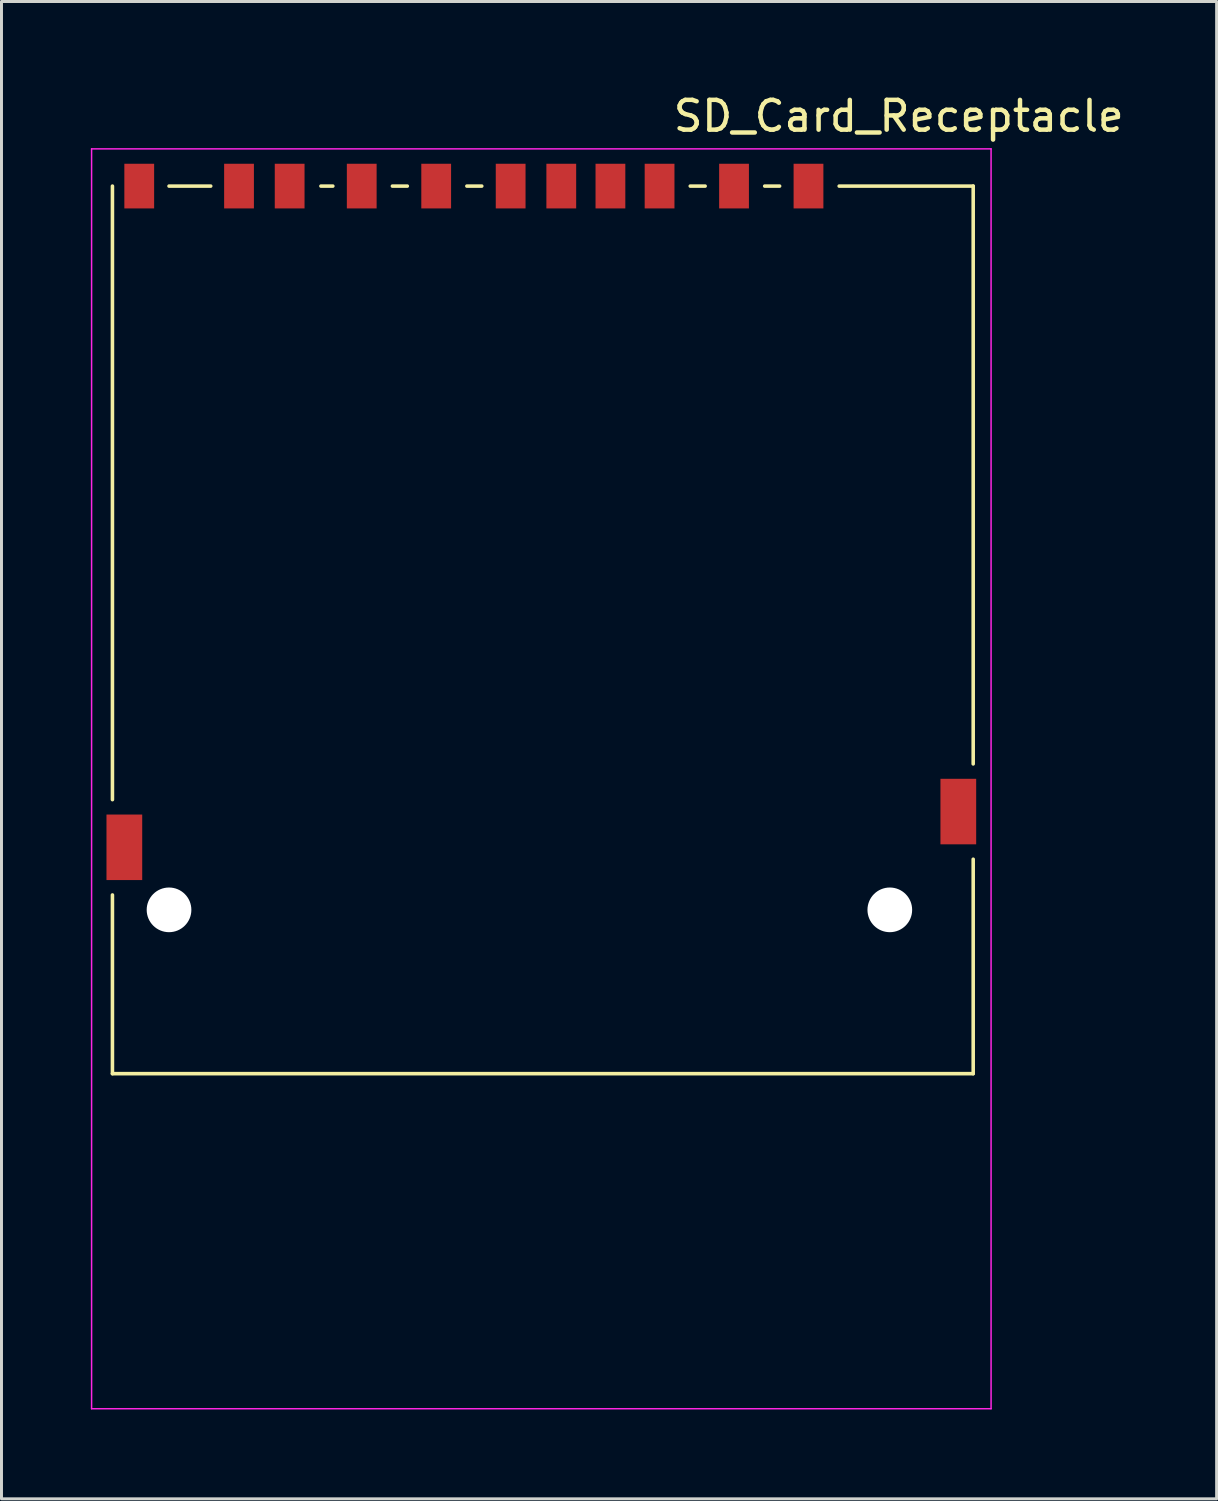
<source format=kicad_pcb>
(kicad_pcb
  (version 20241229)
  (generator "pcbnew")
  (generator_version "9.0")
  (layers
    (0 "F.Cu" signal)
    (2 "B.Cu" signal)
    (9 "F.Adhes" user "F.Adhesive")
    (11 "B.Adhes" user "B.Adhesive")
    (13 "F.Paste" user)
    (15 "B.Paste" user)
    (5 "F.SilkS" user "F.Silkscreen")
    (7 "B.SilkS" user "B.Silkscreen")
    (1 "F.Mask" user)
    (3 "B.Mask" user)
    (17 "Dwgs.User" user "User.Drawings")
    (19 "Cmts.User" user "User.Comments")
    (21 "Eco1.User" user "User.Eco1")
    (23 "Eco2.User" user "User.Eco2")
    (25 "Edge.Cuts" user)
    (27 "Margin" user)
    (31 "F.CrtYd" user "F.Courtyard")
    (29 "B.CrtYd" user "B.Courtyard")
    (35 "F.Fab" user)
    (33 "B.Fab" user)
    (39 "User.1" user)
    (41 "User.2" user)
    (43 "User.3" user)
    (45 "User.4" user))
  (footprint "SD_Card_Receptacle"
    (layer "F.Cu")
    (at 15.125 15.348)
    (property "Reference" "SD_Card_Receptacle" (at 12 -14.5 180) (layer "F.SilkS") (effects (font (size 1 1) (thickness 0.15))))
    (attr smd)
    (fp_line (start -14.4 8.45) (end -14.4 -12.15) (stroke (width 0.12) (type solid)) (layer "F.SilkS"))
    (fp_line (start -14.4 17.65) (end -14.4 11.65) (stroke (width 0.12) (type solid)) (layer "F.SilkS"))
    (fp_line (start -12.5 -12.15) (end -11.1 -12.15) (stroke (width 0.12) (type solid)) (layer "F.SilkS"))
    (fp_line (start -7.4 -12.15) (end -7 -12.15) (stroke (width 0.12) (type solid)) (layer "F.SilkS"))
    (fp_line (start -5 -12.15) (end -4.5 -12.15) (stroke (width 0.12) (type solid)) (layer "F.SilkS"))
    (fp_line (start -2.5 -12.15) (end -2 -12.15) (stroke (width 0.12) (type solid)) (layer "F.SilkS"))
    (fp_line (start 5 -12.15) (end 5.5 -12.15) (stroke (width 0.12) (type solid)) (layer "F.SilkS"))
    (fp_line (start 7.5 -12.15) (end 8 -12.15) (stroke (width 0.12) (type solid)) (layer "F.SilkS"))
    (fp_line (start 14.5 -12.15) (end 10 -12.15) (stroke (width 0.12) (type solid)) (layer "F.SilkS"))
    (fp_line (start 14.5 7.25) (end 14.5 -12.15) (stroke (width 0.12) (type solid)) (layer "F.SilkS"))
    (fp_line (start 14.5 17.65) (end -14.4 17.65) (stroke (width 0.12) (type solid)) (layer "F.SilkS"))
    (fp_line (start 14.5 17.65) (end 14.5 10.45) (stroke (width 0.12) (type solid)) (layer "F.SilkS"))
    (fp_line (start -15.1 -13.4) (end -15.1 28.9) (stroke (width 0.05) (type solid)) (layer "F.CrtYd"))
    (fp_line (start -15.1 28.9) (end 15.1 28.9) (stroke (width 0.05) (type solid)) (layer "F.CrtYd"))
    (fp_line (start 15.1 -13.4) (end -15.1 -13.4) (stroke (width 0.05) (type solid)) (layer "F.CrtYd"))
    (fp_line (start 15.1 28.9) (end 15.1 -13.4) (stroke (width 0.05) (type solid)) (layer "F.CrtYd"))
    (pad "" np_thru_hole circle (at -12.5 12.15) (size 1.5 1.5) (drill 1.5) (layers "*.Cu" "*.Mask"))
    (pad "" np_thru_hole circle (at 11.7 12.15) (size 1.5 1.5) (drill 1.5) (layers "*.Cu" "*.Mask"))
    (pad "1" smd rect (at 6.47 -12.15) (size 1 1.5) (layers "F.Cu" "F.Mask" "F.Paste"))
    (pad "2" smd rect (at 3.97 -12.15) (size 1 1.5) (layers "F.Cu" "F.Mask" "F.Paste"))
    (pad "3" smd rect (at 0.67 -12.15) (size 1 1.5) (layers "F.Cu" "F.Mask" "F.Paste"))
    (pad "4" smd rect (at -1.03 -12.15) (size 1 1.5) (layers "F.Cu" "F.Mask" "F.Paste"))
    (pad "5" smd rect (at -3.53 -12.15) (size 1 1.5) (layers "F.Cu" "F.Mask" "F.Paste"))
    (pad "6" smd rect (at -6.03 -12.15) (size 1 1.5) (layers "F.Cu" "F.Mask" "F.Paste"))
    (pad "7" smd rect (at -8.45 -12.15) (size 1 1.5) (layers "F.Cu" "F.Mask" "F.Paste"))
    (pad "8" smd rect (at -10.15 -12.15) (size 1 1.5) (layers "F.Cu" "F.Mask" "F.Paste"))
    (pad "9" smd rect (at 8.97 -12.15) (size 1 1.5) (layers "F.Cu" "F.Mask" "F.Paste"))
    (pad "10" smd rect (at 2.32 -12.15) (size 1 1.5) (layers "F.Cu" "F.Mask" "F.Paste"))
    (pad "11" smd rect (at -13.5 -12.15) (size 1 1.5) (layers "F.Cu" "F.Mask" "F.Paste"))
    (pad "12" smd rect (at 14 8.85) (size 1.2 2.2) (layers "F.Cu" "F.Mask" "F.Paste"))
    (pad "13" smd rect (at -14 10.05) (size 1.2 2.2) (layers "F.Cu" "F.Mask" "F.Paste")))
  (gr_rect
    (start -3 -3)
    (end 37.798 47.273)
    (stroke (width 0.1) (type default))
    (fill no)
    (layer "Edge.Cuts")))
</source>
